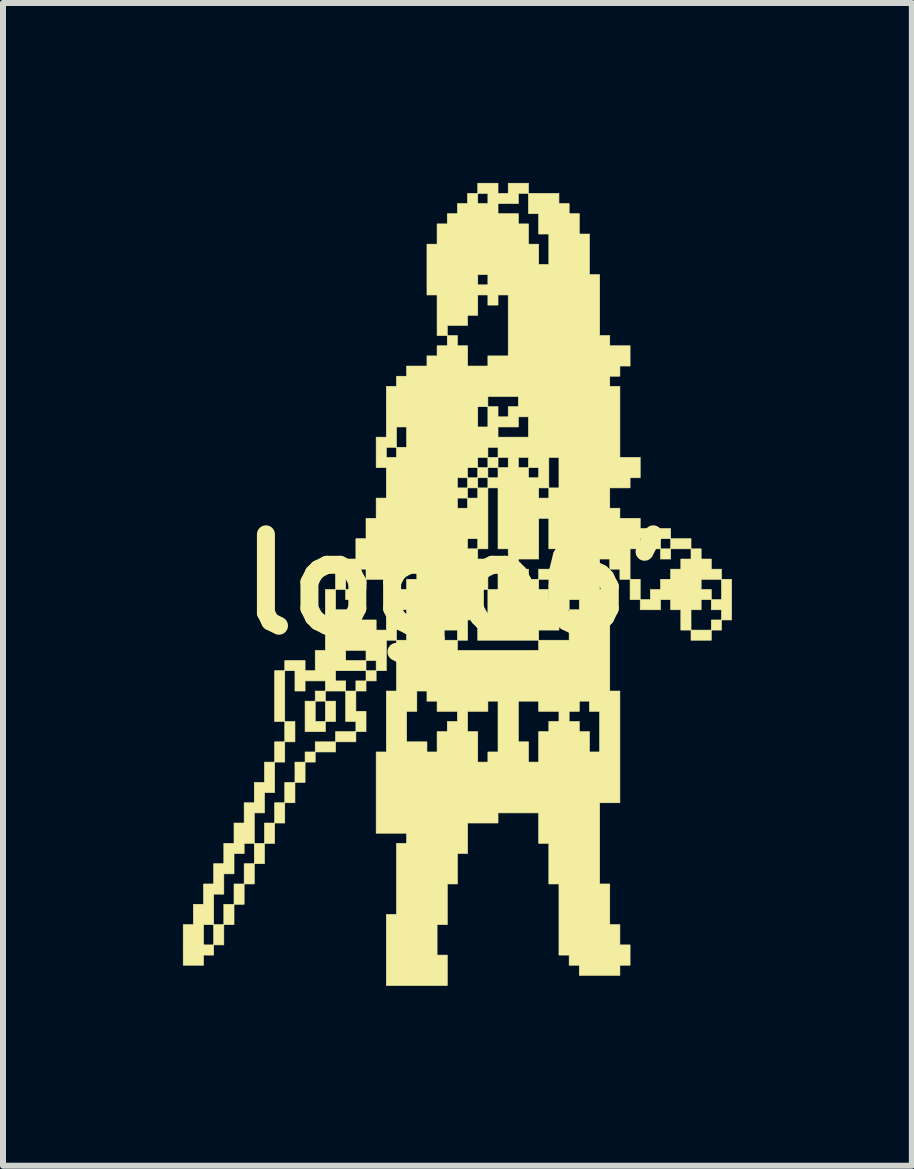
<source format=kicad_pcb>
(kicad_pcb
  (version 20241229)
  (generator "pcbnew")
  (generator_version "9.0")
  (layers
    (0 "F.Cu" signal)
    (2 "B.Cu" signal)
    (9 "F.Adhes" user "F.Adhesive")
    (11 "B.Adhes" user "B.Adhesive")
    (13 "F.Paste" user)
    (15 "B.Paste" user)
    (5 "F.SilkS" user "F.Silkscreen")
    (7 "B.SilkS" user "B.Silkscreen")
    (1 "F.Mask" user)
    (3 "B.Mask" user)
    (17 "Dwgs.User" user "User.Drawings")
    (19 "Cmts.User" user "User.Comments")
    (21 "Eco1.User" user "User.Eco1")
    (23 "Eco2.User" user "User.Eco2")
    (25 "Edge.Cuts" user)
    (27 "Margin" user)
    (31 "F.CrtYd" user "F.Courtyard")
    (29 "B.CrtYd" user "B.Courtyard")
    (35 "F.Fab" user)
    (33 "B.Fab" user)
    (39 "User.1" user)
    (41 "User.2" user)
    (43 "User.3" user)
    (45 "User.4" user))
  (footprint "logo6'"
    (layer "F.Cu")
    (at 4.577 6.694)
    (property "Reference" "logo6'" (at 0 0 0) (layer "F.SilkS") (effects (font (size 1.524 1.524) (thickness 0.3))))
    (attr through_hole)
    (fp_poly (pts (xy -1.693 0.254) (xy -1.863 0.254) (xy -1.863 0.085) (xy -1.693 0.085) (xy -1.693 0.254)) (stroke (width 0.01) (type solid)) (fill yes) (layer "F.SilkS"))
    (fp_poly (pts (xy -1.524 0.085) (xy -1.693 0.085) (xy -1.693 -0.085) (xy -1.524 -0.085) (xy -1.524 0.085)) (stroke (width 0.01) (type solid)) (fill yes) (layer "F.SilkS"))
    (fp_poly (pts (xy 0.339 -1.609) (xy 0.169 -1.609) (xy 0.169 -1.778) (xy 0.339 -1.778) (xy 0.339 -1.609)) (stroke (width 0.01) (type solid)) (fill yes) (layer "F.SilkS"))
    (fp_poly (pts (xy 0.508 -1.778) (xy 0.339 -1.778) (xy 0.339 -1.947) (xy 0.508 -1.947) (xy 0.508 -1.778)) (stroke (width 0.01) (type solid)) (fill yes) (layer "F.SilkS"))
    (fp_poly (pts (xy 0.677 -1.947) (xy 0.508 -1.947) (xy 0.508 -2.117) (xy 0.677 -2.117) (xy 0.677 -1.947)) (stroke (width 0.01) (type solid)) (fill yes) (layer "F.SilkS"))
    (fp_poly (pts (xy 3.048 0.254) (xy 2.879 0.254) (xy 2.879 -0.085) (xy 3.048 -0.085) (xy 3.048 0.254)) (stroke (width 0.01) (type solid)) (fill yes) (layer "F.SilkS"))
    (fp_poly (pts (xy 3.556 -0.423) (xy 3.387 -0.423) (xy 3.387 -0.593) (xy 3.556 -0.593) (xy 3.556 -0.423)) (stroke (width 0.01) (type solid)) (fill yes) (layer "F.SilkS"))
    (fp_poly (pts (xy 3.895 -0.593) (xy 3.556 -0.593) (xy 3.556 -0.762) (xy 3.895 -0.762) (xy 3.895 -0.593)) (stroke (width 0.01) (type solid)) (fill yes) (layer "F.SilkS"))
    (fp_poly (pts (xy -2.032 1.947) (xy -2.032 2.286) (xy -2.201 2.286) (xy -2.201 2.455) (xy -2.54 2.455) (xy -2.54 1.947) (xy -2.371 1.947) (xy -2.371 2.286) (xy -2.201 2.286) (xy -2.201 1.947) (xy -2.371 1.947) (xy -2.371 1.778) (xy -2.201 1.778) (xy -2.201 1.947) (xy -2.032 1.947)) (stroke (width 0.01) (type solid)) (fill yes) (layer "F.SilkS"))
    (fp_poly (pts (xy 4.572 -0.085) (xy 4.572 0.593) (xy 4.403 0.593) (xy 4.403 0.762) (xy 4.233 0.762) (xy 4.233 0.931) (xy 3.895 0.931) (xy 3.895 0.762) (xy 3.725 0.762) (xy 3.725 0.423) (xy 3.895 0.423) (xy 3.895 0.762) (xy 4.233 0.762) (xy 4.233 0.593) (xy 4.403 0.593) (xy 4.403 0.423) (xy 4.233 0.423) (xy 4.233 0.254) (xy 4.064 0.254) (xy 4.064 0.423) (xy 3.895 0.423) (xy 3.725 0.423) (xy 3.556 0.423) (xy 3.556 0.254) (xy 3.387 0.254) (xy 3.387 0.423) (xy 3.048 0.423) (xy 3.048 0.254) (xy 3.217 0.254) (xy 3.217 0.085) (xy 3.387 0.085) (xy 3.387 -0.085) (xy 3.556 -0.085) (xy 4.064 -0.085) (xy 4.064 0.085) (xy 4.233 0.085) (xy 4.233 0.254) (xy 4.403 0.254) (xy 4.403 -0.085) (xy 4.064 -0.085) (xy 3.556 -0.085) (xy 3.556 -0.254) (xy 3.725 -0.254) (xy 3.725 -0.423) (xy 3.895 -0.423) (xy 3.895 -0.593) (xy 4.064 -0.593) (xy 4.064 -0.423) (xy 4.233 -0.423) (xy 4.233 -0.254) (xy 4.403 -0.254) (xy 4.403 -0.085) (xy 4.572 -0.085)) (stroke (width 0.01) (type solid)) (fill yes) (layer "F.SilkS"))
    (fp_poly (pts (xy 1.693 -6.519) (xy 1.693 -6.35) (xy 1.863 -6.35) (xy 1.863 -6.181) (xy 2.032 -6.181) (xy 2.032 -5.842) (xy 2.201 -5.842) (xy 2.201 -5.165) (xy 2.371 -5.165) (xy 2.371 -4.149) (xy 2.54 -4.149) (xy 2.54 -3.979) (xy 2.879 -3.979) (xy 2.879 -3.641) (xy 2.709 -3.641) (xy 2.709 -3.471) (xy 2.54 -3.471) (xy 2.54 -3.302) (xy 2.709 -3.302) (xy 2.709 -2.117) (xy 3.048 -2.117) (xy 3.048 -1.778) (xy 2.879 -1.778) (xy 2.879 -1.609) (xy 2.54 -1.609) (xy 2.54 -1.27) (xy 2.709 -1.27) (xy 2.709 -1.101) (xy 3.048 -1.101) (xy 3.048 -0.931) (xy 3.556 -0.931) (xy 3.556 -0.762) (xy 3.387 -0.762) (xy 3.387 -0.593) (xy 3.217 -0.593) (xy 3.217 -0.762) (xy 3.048 -0.762) (xy 3.048 -0.593) (xy 2.879 -0.593) (xy 2.879 -0.085) (xy 2.709 -0.085) (xy 2.709 -0.254) (xy 2.54 -0.254) (xy 2.54 -0.423) (xy 2.371 -0.423) (xy 2.371 0.085) (xy 2.54 0.085) (xy 2.54 1.778) (xy 2.709 1.778) (xy 2.709 3.641) (xy 2.371 3.641) (xy 2.371 4.995) (xy 2.54 4.995) (xy 2.54 5.673) (xy 2.709 5.673) (xy 2.709 6.011) (xy 2.879 6.011) (xy 2.879 6.35) (xy 2.709 6.35) (xy 2.709 6.519) (xy 2.032 6.519) (xy 2.032 6.35) (xy 1.863 6.35) (xy 1.863 6.181) (xy 1.693 6.181) (xy 1.693 4.995) (xy 1.524 4.995) (xy 1.524 4.318) (xy 1.355 4.318) (xy 1.355 3.81) (xy 0.677 3.81) (xy 0.677 3.979) (xy 0.169 3.979) (xy 0.169 4.487) (xy 0 4.487) (xy 0 4.995) (xy -0.169 4.995) (xy -0.169 5.673) (xy -0.339 5.673) (xy -0.339 6.181) (xy -0.169 6.181) (xy -0.169 6.689) (xy -1.185 6.689) (xy -1.185 5.503) (xy -1.016 5.503) (xy -1.016 4.318) (xy -0.847 4.318) (xy -0.847 4.149) (xy -1.355 4.149) (xy -1.355 2.794) (xy -1.185 2.794) (xy -1.185 2.117) (xy -0.847 2.117) (xy -0.847 2.625) (xy -0.508 2.625) (xy -0.508 2.794) (xy -0.339 2.794) (xy -0.339 2.455) (xy -0.169 2.455) (xy -0.169 2.286) (xy 0 2.286) (xy 0 2.117) (xy 0.169 2.117) (xy 0.169 2.455) (xy 0.339 2.455) (xy 0.339 2.963) (xy 0.508 2.963) (xy 0.508 2.794) (xy 0.677 2.794) (xy 0.677 1.947) (xy 1.016 1.947) (xy 1.016 2.625) (xy 1.185 2.625) (xy 1.185 2.963) (xy 1.355 2.963) (xy 1.355 2.455) (xy 1.524 2.455) (xy 1.524 2.286) (xy 1.693 2.286) (xy 1.693 2.117) (xy 1.863 2.117) (xy 1.863 2.286) (xy 2.032 2.286) (xy 2.032 2.455) (xy 2.201 2.455) (xy 2.201 2.794) (xy 2.371 2.794) (xy 2.371 2.117) (xy 2.201 2.117) (xy 2.201 1.947) (xy 2.032 1.947) (xy 2.032 2.117) (xy 1.863 2.117) (xy 1.693 2.117) (xy 1.355 2.117) (xy 1.355 1.947) (xy 1.016 1.947) (xy 0.677 1.947) (xy 0.508 1.947) (xy 0.508 2.117) (xy 0.169 2.117) (xy 0 2.117) (xy -0.339 2.117) (xy -0.339 1.947) (xy -0.508 1.947) (xy -0.508 1.778) (xy -0.677 1.778) (xy -0.677 2.117) (xy -0.847 2.117) (xy -1.185 2.117) (xy -1.185 1.778) (xy -1.016 1.778) (xy -1.016 0.931) (xy -1.185 0.931) (xy -1.185 1.439) (xy -1.355 1.439) (xy -1.355 1.609) (xy -1.524 1.609) (xy -1.524 1.778) (xy -1.693 1.778) (xy -1.693 2.117) (xy -1.524 2.117) (xy -1.524 2.455) (xy -1.693 2.455) (xy -1.693 2.625) (xy -2.032 2.625) (xy -2.032 2.794) (xy -2.371 2.794) (xy -2.371 2.963) (xy -2.54 2.963) (xy -2.54 3.302) (xy -2.709 3.302) (xy -2.709 3.641) (xy -2.879 3.641) (xy -2.879 3.979) (xy -3.048 3.979) (xy -3.048 4.318) (xy -3.217 4.318) (xy -3.217 4.657) (xy -3.387 4.657) (xy -3.387 4.995) (xy -3.556 4.995) (xy -3.556 5.334) (xy -3.725 5.334) (xy -3.725 5.673) (xy -3.895 5.673) (xy -3.895 6.011) (xy -4.064 6.011) (xy -4.064 6.181) (xy -4.233 6.181) (xy -4.233 6.35) (xy -4.572 6.35) (xy -4.572 5.673) (xy -4.403 5.673) (xy -4.233 5.673) (xy -4.233 6.011) (xy -4.064 6.011) (xy -4.064 5.673) (xy -4.233 5.673) (xy -4.403 5.673) (xy -4.403 5.334) (xy -4.233 5.334) (xy -4.233 5.165) (xy -4.064 5.165) (xy -4.064 5.673) (xy -3.895 5.673) (xy -3.895 5.334) (xy -3.725 5.334) (xy -3.725 4.995) (xy -3.556 4.995) (xy -3.556 4.657) (xy -3.387 4.657) (xy -3.387 4.318) (xy -3.556 4.318) (xy -3.556 4.487) (xy -3.725 4.487) (xy -3.725 4.826) (xy -3.895 4.826) (xy -3.895 5.165) (xy -4.064 5.165) (xy -4.233 5.165) (xy -4.233 4.995) (xy -4.064 4.995) (xy -4.064 4.657) (xy -3.895 4.657) (xy -3.895 4.318) (xy -3.725 4.318) (xy -3.725 3.979) (xy -3.556 3.979) (xy -3.556 3.81) (xy -3.387 3.81) (xy -3.387 4.318) (xy -3.217 4.318) (xy -3.217 3.979) (xy -3.048 3.979) (xy -3.048 3.641) (xy -2.879 3.641) (xy -2.879 3.302) (xy -2.709 3.302) (xy -2.709 2.963) (xy -2.54 2.963) (xy -2.54 2.794) (xy -2.371 2.794) (xy -2.371 2.625) (xy -2.032 2.625) (xy -2.032 2.455) (xy -1.693 2.455) (xy -1.693 2.286) (xy -1.863 2.286) (xy -1.863 1.778) (xy -2.201 1.778) (xy -2.201 1.609) (xy -2.54 1.609) (xy -2.54 1.778) (xy -2.709 1.778) (xy -2.709 1.439) (xy -2.879 1.439) (xy -2.879 2.286) (xy -2.709 2.286) (xy -2.709 2.625) (xy -2.879 2.625) (xy -2.879 2.963) (xy -3.048 2.963) (xy -3.048 3.471) (xy -3.217 3.471) (xy -3.217 3.81) (xy -3.387 3.81) (xy -3.556 3.81) (xy -3.556 3.641) (xy -3.387 3.641) (xy -3.387 3.302) (xy -3.217 3.302) (xy -3.217 2.963) (xy -3.048 2.963) (xy -3.048 2.625) (xy -2.879 2.625) (xy -2.879 2.286) (xy -3.048 2.286) (xy -3.048 1.439) (xy -2.879 1.439) (xy -2.879 1.27) (xy -2.54 1.27) (xy -2.54 1.439) (xy -2.371 1.439) (xy -2.032 1.439) (xy -2.032 1.609) (xy -1.863 1.609) (xy -1.863 1.778) (xy -1.693 1.778) (xy -1.693 1.609) (xy -1.524 1.609) (xy -1.524 1.439) (xy -2.032 1.439) (xy -2.371 1.439) (xy -2.371 1.101) (xy -2.201 1.101) (xy -1.863 1.101) (xy -1.863 1.27) (xy -1.524 1.27) (xy -1.524 1.439) (xy -1.355 1.439) (xy -1.355 1.27) (xy -1.524 1.27) (xy -1.524 1.101) (xy -1.863 1.101) (xy -2.201 1.101) (xy -2.201 0.762) (xy -2.032 0.762) (xy -2.032 0.593) (xy -2.201 0.593) (xy -2.201 0.085) (xy -2.032 0.085) (xy -2.032 0.423) (xy -1.693 0.423) (xy -1.693 0.593) (xy -1.355 0.593) (xy -1.355 0.762) (xy -1.185 0.762) (xy -1.185 0.423) (xy -1.016 0.423) (xy -1.016 0.931) (xy -0.847 0.931) (xy -0.847 0.762) (xy -0.508 0.762) (xy -0.508 0.931) (xy 0 0.931) (xy 0 1.101) (xy 1.355 1.101) (xy 1.355 0.931) (xy 0.339 0.931) (xy 0.339 0.762) (xy 1.355 0.762) (xy 1.355 0.931) (xy 1.863 0.931) (xy 1.863 0.593) (xy 2.032 0.593) (xy 2.032 0.762) (xy 2.201 0.762) (xy 2.201 0.593) (xy 2.032 0.593) (xy 1.863 0.593) (xy 1.863 0.423) (xy 1.693 0.423) (xy 1.693 0.762) (xy 1.355 0.762) (xy 0.339 0.762) (xy 0.339 0.593) (xy 0.169 0.593) (xy 0.169 0.931) (xy 0 0.931) (xy 0 0.762) (xy -0.508 0.762) (xy -0.847 0.762) (xy -0.847 0.423) (xy -1.016 0.423) (xy -1.016 0.085) (xy -1.185 0.085) (xy -1.185 -0.085) (xy -1.524 -0.085) (xy -1.524 -0.254) (xy -1.016 -0.254) (xy -1.016 0.085) (xy -0.847 0.085) (xy 0.339 0.085) (xy 0.339 0.593) (xy 0.508 0.593) (xy 0.508 0.085) (xy 0.339 0.085) (xy -0.847 0.085) (xy -0.847 -0.085) (xy -0.677 -0.085) (xy -0.677 -0.254) (xy 0.508 -0.254) (xy 0.508 0.085) (xy 0.677 0.085) (xy 0.677 -0.254) (xy 0.508 -0.254) (xy -0.677 -0.254) (xy -0.677 -0.423) (xy -0.847 -0.423) (xy -0.847 -0.254) (xy -1.016 -0.254) (xy -1.524 -0.254) (xy -1.863 -0.254) (xy -1.863 0.085) (xy -2.032 0.085) (xy -2.032 -0.254) (xy -1.863 -0.254) (xy -1.863 -0.423) (xy -1.693 -0.423) (xy -1.693 -0.762) (xy -1.524 -0.762) (xy 0.169 -0.762) (xy 0.169 -0.593) (xy 0.339 -0.593) (xy 0.339 -0.423) (xy 0.847 -0.423) (xy 1.016 -0.423) (xy 1.016 -0.254) (xy 1.185 -0.254) (xy 1.185 -0.085) (xy 1.355 -0.085) (xy 1.355 0.085) (xy 1.524 0.085) (xy 1.524 0.254) (xy 1.693 0.254) (xy 1.863 0.254) (xy 1.863 0.423) (xy 2.032 0.423) (xy 2.032 0.254) (xy 1.863 0.254) (xy 1.693 0.254) (xy 1.693 -0.085) (xy 1.355 -0.085) (xy 1.355 -0.254) (xy 1.693 -0.254) (xy 1.693 -0.593) (xy 1.524 -0.593) (xy 1.524 -1.101) (xy 1.355 -1.101) (xy 1.355 -0.423) (xy 1.016 -0.423) (xy 0.847 -0.423) (xy 0.847 -0.593) (xy 0.677 -0.593) (xy 0.677 -1.609) (xy 1.355 -1.609) (xy 1.355 -1.439) (xy 1.524 -1.439) (xy 1.524 -1.609) (xy 1.355 -1.609) (xy 0.677 -1.609) (xy 0.508 -1.609) (xy 0.508 -0.593) (xy 0.339 -0.593) (xy 0.339 -0.762) (xy 0.169 -0.762) (xy -1.524 -0.762) (xy -1.524 -1.101) (xy -1.355 -1.101) (xy -1.355 -1.439) (xy -1.185 -1.439) (xy 0 -1.439) (xy 0 -1.27) (xy 0.169 -1.27) (xy 0.169 -1.439) (xy 0 -1.439) (xy -1.185 -1.439) (xy -1.185 -1.778) (xy 0 -1.778) (xy 0 -1.609) (xy 0.169 -1.609) (xy 0.169 -1.439) (xy 0.339 -1.439) (xy 0.339 -1.609) (xy 0.508 -1.609) (xy 0.508 -1.778) (xy 0.677 -1.778) (xy 0.677 -1.947) (xy 0.847 -1.947) (xy 0.847 -2.117) (xy 1.016 -2.117) (xy 1.016 -1.947) (xy 1.185 -1.947) (xy 1.185 -1.778) (xy 1.355 -1.778) (xy 1.355 -1.947) (xy 1.185 -1.947) (xy 1.185 -2.117) (xy 1.524 -2.117) (xy 1.524 -1.609) (xy 1.693 -1.609) (xy 1.693 -2.117) (xy 1.524 -2.117) (xy 1.185 -2.117) (xy 1.016 -2.117) (xy 0.847 -2.117) (xy 0.677 -2.117) (xy 0.677 -2.286) (xy 0.508 -2.286) (xy 0.508 -2.117) (xy 0.339 -2.117) (xy 0.339 -1.947) (xy 0.169 -1.947) (xy 0.169 -1.778) (xy 0 -1.778) (xy -1.185 -1.778) (xy -1.185 -1.947) (xy -1.355 -1.947) (xy -1.355 -2.286) (xy -1.185 -2.286) (xy -1.185 -2.117) (xy -1.016 -2.117) (xy -1.016 -2.286) (xy -1.185 -2.286) (xy -1.355 -2.286) (xy -1.355 -2.455) (xy -1.185 -2.455) (xy -1.185 -2.625) (xy -1.016 -2.625) (xy -1.016 -2.286) (xy -0.847 -2.286) (xy -0.847 -2.625) (xy -1.016 -2.625) (xy -1.185 -2.625) (xy -1.185 -2.963) (xy 0.339 -2.963) (xy 0.339 -2.625) (xy 0.508 -2.625) (xy 0.677 -2.625) (xy 0.677 -2.455) (xy 1.185 -2.455) (xy 1.185 -2.794) (xy 1.016 -2.794) (xy 1.016 -2.625) (xy 0.677 -2.625) (xy 0.508 -2.625) (xy 0.508 -2.963) (xy 0.339 -2.963) (xy -1.185 -2.963) (xy -1.185 -3.133) (xy 0.508 -3.133) (xy 0.508 -2.963) (xy 0.677 -2.963) (xy 0.677 -2.794) (xy 0.847 -2.794) (xy 0.847 -2.963) (xy 1.016 -2.963) (xy 1.016 -3.133) (xy 0.508 -3.133) (xy -1.185 -3.133) (xy -1.185 -3.302) (xy -1.016 -3.302) (xy -1.016 -3.471) (xy -0.847 -3.471) (xy -0.847 -3.641) (xy -0.508 -3.641) (xy -0.508 -3.81) (xy -0.339 -3.81) (xy -0.339 -3.979) (xy -0.169 -3.979) (xy -0.169 -4.149) (xy -0.339 -4.149) (xy -0.339 -4.318) (xy -0.169 -4.318) (xy -0.169 -4.149) (xy 0 -4.149) (xy 0 -3.979) (xy 0.169 -3.979) (xy 0.169 -3.641) (xy 0.508 -3.641) (xy 0.508 -3.81) (xy 0.847 -3.81) (xy 0.847 -4.826) (xy 0.677 -4.826) (xy 0.677 -4.657) (xy 0.508 -4.657) (xy 0.508 -4.826) (xy 0.339 -4.826) (xy 0.339 -4.487) (xy 0.169 -4.487) (xy 0.169 -4.318) (xy -0.169 -4.318) (xy -0.339 -4.318) (xy -0.339 -4.826) (xy -0.508 -4.826) (xy -0.508 -5.165) (xy 0.339 -5.165) (xy 0.339 -4.995) (xy 0.508 -4.995) (xy 0.508 -5.165) (xy 0.339 -5.165) (xy -0.508 -5.165) (xy -0.508 -5.673) (xy -0.339 -5.673) (xy -0.339 -6.011) (xy -0.169 -6.011) (xy -0.169 -6.181) (xy 0 -6.181) (xy 0 -6.35) (xy 0.169 -6.35) (xy 0.169 -6.519) (xy 0.339 -6.519) (xy 0.339 -6.35) (xy 0.508 -6.35) (xy 0.677 -6.35) (xy 0.677 -6.181) (xy 1.016 -6.181) (xy 1.016 -6.011) (xy 1.185 -6.011) (xy 1.185 -5.673) (xy 1.355 -5.673) (xy 1.355 -5.334) (xy 1.524 -5.334) (xy 1.524 -5.842) (xy 1.355 -5.842) (xy 1.355 -6.181) (xy 1.185 -6.181) (xy 1.185 -6.519) (xy 1.016 -6.519) (xy 1.016 -6.35) (xy 0.677 -6.35) (xy 0.508 -6.35) (xy 0.508 -6.519) (xy 0.339 -6.519) (xy 0.339 -6.689) (xy 0.677 -6.689) (xy 0.677 -6.519) (xy 0.847 -6.519) (xy 0.847 -6.689) (xy 1.185 -6.689) (xy 1.185 -6.519) (xy 1.693 -6.519)) (stroke (width 0.01) (type solid)) (fill yes) (layer "F.SilkS")))
  (gr_rect
    (start -3 -3)
    (end 12.154 16.387)
    (stroke (width 0.1) (type default))
    (fill no)
    (layer "Edge.Cuts")))
</source>
